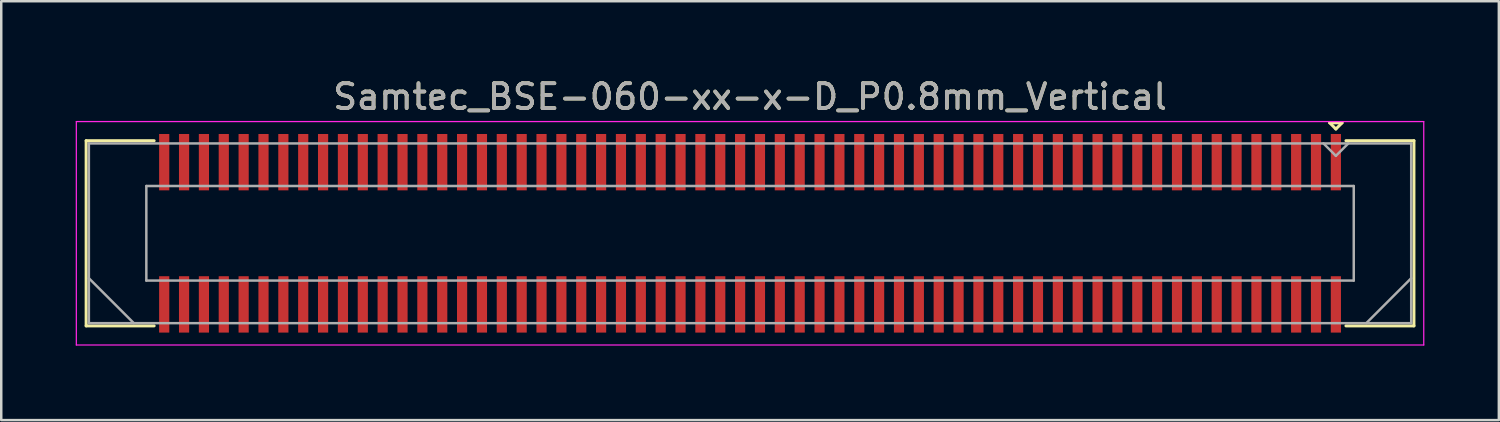
<source format=kicad_pcb>
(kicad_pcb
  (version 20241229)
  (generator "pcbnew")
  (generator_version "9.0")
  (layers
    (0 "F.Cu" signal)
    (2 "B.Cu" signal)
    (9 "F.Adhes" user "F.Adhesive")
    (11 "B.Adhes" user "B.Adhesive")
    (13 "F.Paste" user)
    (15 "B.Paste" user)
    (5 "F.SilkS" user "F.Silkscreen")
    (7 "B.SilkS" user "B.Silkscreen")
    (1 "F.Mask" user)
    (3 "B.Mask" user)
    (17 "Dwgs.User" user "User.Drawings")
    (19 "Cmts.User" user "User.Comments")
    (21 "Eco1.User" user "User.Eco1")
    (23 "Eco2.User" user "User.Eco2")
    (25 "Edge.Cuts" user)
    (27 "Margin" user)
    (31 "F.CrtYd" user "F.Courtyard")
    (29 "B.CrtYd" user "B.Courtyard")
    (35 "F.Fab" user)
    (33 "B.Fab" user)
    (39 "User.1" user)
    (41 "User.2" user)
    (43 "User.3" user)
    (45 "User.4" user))
  (footprint "Samtec_BSE-060-xx-x-D_P0.8mm_Vertical"
    (layer "F.Cu")
    (at 27.165 6.348)
    (property "Reference" "Samtec_BSE-060-xx-x-D_P0.8mm_Vertical" (at 0 -5.5 0) (layer "F.SilkS") (effects (font (size 1 1) (thickness 0.15))))
    (attr smd)
    (fp_line (start -26.745 -3.73) (end -24.005 -3.73) (stroke (width 0.12) (type solid)) (layer "F.SilkS"))
    (fp_line (start -26.745 3.73) (end -26.745 -3.73) (stroke (width 0.12) (type solid)) (layer "F.SilkS"))
    (fp_line (start -24.005 3.73) (end -26.745 3.73) (stroke (width 0.12) (type solid)) (layer "F.SilkS"))
    (fp_line (start 23.35 -4.45) (end 23.85 -4.45) (stroke (width 0.12) (type solid)) (layer "F.SilkS"))
    (fp_line (start 23.6 -4.2) (end 23.35 -4.45) (stroke (width 0.12) (type solid)) (layer "F.SilkS"))
    (fp_line (start 23.85 -4.45) (end 23.6 -4.2) (stroke (width 0.12) (type solid)) (layer "F.SilkS"))
    (fp_line (start 24.005 3.73) (end 26.745 3.73) (stroke (width 0.12) (type solid)) (layer "F.SilkS"))
    (fp_line (start 26.745 -3.73) (end 24.005 -3.73) (stroke (width 0.12) (type solid)) (layer "F.SilkS"))
    (fp_line (start 26.745 3.73) (end 26.745 -3.73) (stroke (width 0.12) (type solid)) (layer "F.SilkS"))
    (fp_line (start -27.14 -4.5) (end -27.14 4.5) (stroke (width 0.05) (type solid)) (layer "F.CrtYd"))
    (fp_line (start -27.14 4.5) (end 27.14 4.5) (stroke (width 0.05) (type solid)) (layer "F.CrtYd"))
    (fp_line (start 27.14 -4.5) (end -27.14 -4.5) (stroke (width 0.05) (type solid)) (layer "F.CrtYd"))
    (fp_line (start 27.14 4.5) (end 27.14 -4.5) (stroke (width 0.05) (type solid)) (layer "F.CrtYd"))
    (fp_line (start -26.635 -3.62) (end -26.635 3.62) (stroke (width 0.1) (type solid)) (layer "F.Fab"))
    (fp_line (start -26.635 1.81) (end -24.825 3.62) (stroke (width 0.1) (type solid)) (layer "F.Fab"))
    (fp_line (start -26.635 3.62) (end 26.635 3.62) (stroke (width 0.1) (type solid)) (layer "F.Fab"))
    (fp_line (start -24.32 -1.905) (end -24.32 1.905) (stroke (width 0.1) (type solid)) (layer "F.Fab"))
    (fp_line (start -24.32 1.905) (end 24.32 1.905) (stroke (width 0.1) (type solid)) (layer "F.Fab"))
    (fp_line (start 23.6 -3.12) (end 23.1 -3.62) (stroke (width 0.1) (type solid)) (layer "F.Fab"))
    (fp_line (start 24.1 -3.62) (end 23.6 -3.12) (stroke (width 0.1) (type solid)) (layer "F.Fab"))
    (fp_line (start 24.32 -1.905) (end -24.32 -1.905) (stroke (width 0.1) (type solid)) (layer "F.Fab"))
    (fp_line (start 24.32 1.905) (end 24.32 -1.905) (stroke (width 0.1) (type solid)) (layer "F.Fab"))
    (fp_line (start 26.635 -3.62) (end -26.635 -3.62) (stroke (width 0.1) (type solid)) (layer "F.Fab"))
    (fp_line (start 26.635 1.81) (end 24.825 3.62) (stroke (width 0.1) (type solid)) (layer "F.Fab"))
    (fp_line (start 26.635 3.62) (end 26.635 -3.62) (stroke (width 0.1) (type solid)) (layer "F.Fab"))
    (fp_text user "${REFERENCE}" (at 0 -5.5 0) (layer "F.Fab") (effects (font (size 1 1) (thickness 0.15))))
    (pad "1" smd rect (at 23.6 -2.865) (size 0.41 2.27) (layers "F.Cu" "F.Mask" "F.Paste"))
    (pad "2" smd rect (at 23.6 2.865) (size 0.41 2.27) (layers "F.Cu" "F.Mask" "F.Paste"))
    (pad "3" smd rect (at 22.8 -2.865) (size 0.41 2.27) (layers "F.Cu" "F.Mask" "F.Paste"))
    (pad "4" smd rect (at 22.8 2.865) (size 0.41 2.27) (layers "F.Cu" "F.Mask" "F.Paste"))
    (pad "5" smd rect (at 22 -2.865) (size 0.41 2.27) (layers "F.Cu" "F.Mask" "F.Paste"))
    (pad "6" smd rect (at 22 2.865) (size 0.41 2.27) (layers "F.Cu" "F.Mask" "F.Paste"))
    (pad "7" smd rect (at 21.2 -2.865) (size 0.41 2.27) (layers "F.Cu" "F.Mask" "F.Paste"))
    (pad "8" smd rect (at 21.2 2.865) (size 0.41 2.27) (layers "F.Cu" "F.Mask" "F.Paste"))
    (pad "9" smd rect (at 20.4 -2.865) (size 0.41 2.27) (layers "F.Cu" "F.Mask" "F.Paste"))
    (pad "10" smd rect (at 20.4 2.865) (size 0.41 2.27) (layers "F.Cu" "F.Mask" "F.Paste"))
    (pad "11" smd rect (at 19.6 -2.865) (size 0.41 2.27) (layers "F.Cu" "F.Mask" "F.Paste"))
    (pad "12" smd rect (at 19.6 2.865) (size 0.41 2.27) (layers "F.Cu" "F.Mask" "F.Paste"))
    (pad "13" smd rect (at 18.8 -2.865) (size 0.41 2.27) (layers "F.Cu" "F.Mask" "F.Paste"))
    (pad "14" smd rect (at 18.8 2.865) (size 0.41 2.27) (layers "F.Cu" "F.Mask" "F.Paste"))
    (pad "15" smd rect (at 18 -2.865) (size 0.41 2.27) (layers "F.Cu" "F.Mask" "F.Paste"))
    (pad "16" smd rect (at 18 2.865) (size 0.41 2.27) (layers "F.Cu" "F.Mask" "F.Paste"))
    (pad "17" smd rect (at 17.2 -2.865) (size 0.41 2.27) (layers "F.Cu" "F.Mask" "F.Paste"))
    (pad "18" smd rect (at 17.2 2.865) (size 0.41 2.27) (layers "F.Cu" "F.Mask" "F.Paste"))
    (pad "19" smd rect (at 16.4 -2.865) (size 0.41 2.27) (layers "F.Cu" "F.Mask" "F.Paste"))
    (pad "20" smd rect (at 16.4 2.865) (size 0.41 2.27) (layers "F.Cu" "F.Mask" "F.Paste"))
    (pad "21" smd rect (at 15.6 -2.865) (size 0.41 2.27) (layers "F.Cu" "F.Mask" "F.Paste"))
    (pad "22" smd rect (at 15.6 2.865) (size 0.41 2.27) (layers "F.Cu" "F.Mask" "F.Paste"))
    (pad "23" smd rect (at 14.8 -2.865) (size 0.41 2.27) (layers "F.Cu" "F.Mask" "F.Paste"))
    (pad "24" smd rect (at 14.8 2.865) (size 0.41 2.27) (layers "F.Cu" "F.Mask" "F.Paste"))
    (pad "25" smd rect (at 14 -2.865) (size 0.41 2.27) (layers "F.Cu" "F.Mask" "F.Paste"))
    (pad "26" smd rect (at 14 2.865) (size 0.41 2.27) (layers "F.Cu" "F.Mask" "F.Paste"))
    (pad "27" smd rect (at 13.2 -2.865) (size 0.41 2.27) (layers "F.Cu" "F.Mask" "F.Paste"))
    (pad "28" smd rect (at 13.2 2.865) (size 0.41 2.27) (layers "F.Cu" "F.Mask" "F.Paste"))
    (pad "29" smd rect (at 12.4 -2.865) (size 0.41 2.27) (layers "F.Cu" "F.Mask" "F.Paste"))
    (pad "30" smd rect (at 12.4 2.865) (size 0.41 2.27) (layers "F.Cu" "F.Mask" "F.Paste"))
    (pad "31" smd rect (at 11.6 -2.865) (size 0.41 2.27) (layers "F.Cu" "F.Mask" "F.Paste"))
    (pad "32" smd rect (at 11.6 2.865) (size 0.41 2.27) (layers "F.Cu" "F.Mask" "F.Paste"))
    (pad "33" smd rect (at 10.8 -2.865) (size 0.41 2.27) (layers "F.Cu" "F.Mask" "F.Paste"))
    (pad "34" smd rect (at 10.8 2.865) (size 0.41 2.27) (layers "F.Cu" "F.Mask" "F.Paste"))
    (pad "35" smd rect (at 10 -2.865) (size 0.41 2.27) (layers "F.Cu" "F.Mask" "F.Paste"))
    (pad "36" smd rect (at 10 2.865) (size 0.41 2.27) (layers "F.Cu" "F.Mask" "F.Paste"))
    (pad "37" smd rect (at 9.2 -2.865) (size 0.41 2.27) (layers "F.Cu" "F.Mask" "F.Paste"))
    (pad "38" smd rect (at 9.2 2.865) (size 0.41 2.27) (layers "F.Cu" "F.Mask" "F.Paste"))
    (pad "39" smd rect (at 8.4 -2.865) (size 0.41 2.27) (layers "F.Cu" "F.Mask" "F.Paste"))
    (pad "40" smd rect (at 8.4 2.865) (size 0.41 2.27) (layers "F.Cu" "F.Mask" "F.Paste"))
    (pad "41" smd rect (at 7.6 -2.865) (size 0.41 2.27) (layers "F.Cu" "F.Mask" "F.Paste"))
    (pad "42" smd rect (at 7.6 2.865) (size 0.41 2.27) (layers "F.Cu" "F.Mask" "F.Paste"))
    (pad "43" smd rect (at 6.8 -2.865) (size 0.41 2.27) (layers "F.Cu" "F.Mask" "F.Paste"))
    (pad "44" smd rect (at 6.8 2.865) (size 0.41 2.27) (layers "F.Cu" "F.Mask" "F.Paste"))
    (pad "45" smd rect (at 6 -2.865) (size 0.41 2.27) (layers "F.Cu" "F.Mask" "F.Paste"))
    (pad "46" smd rect (at 6 2.865) (size 0.41 2.27) (layers "F.Cu" "F.Mask" "F.Paste"))
    (pad "47" smd rect (at 5.2 -2.865) (size 0.41 2.27) (layers "F.Cu" "F.Mask" "F.Paste"))
    (pad "48" smd rect (at 5.2 2.865) (size 0.41 2.27) (layers "F.Cu" "F.Mask" "F.Paste"))
    (pad "49" smd rect (at 4.4 -2.865) (size 0.41 2.27) (layers "F.Cu" "F.Mask" "F.Paste"))
    (pad "50" smd rect (at 4.4 2.865) (size 0.41 2.27) (layers "F.Cu" "F.Mask" "F.Paste"))
    (pad "51" smd rect (at 3.6 -2.865) (size 0.41 2.27) (layers "F.Cu" "F.Mask" "F.Paste"))
    (pad "52" smd rect (at 3.6 2.865) (size 0.41 2.27) (layers "F.Cu" "F.Mask" "F.Paste"))
    (pad "53" smd rect (at 2.8 -2.865) (size 0.41 2.27) (layers "F.Cu" "F.Mask" "F.Paste"))
    (pad "54" smd rect (at 2.8 2.865) (size 0.41 2.27) (layers "F.Cu" "F.Mask" "F.Paste"))
    (pad "55" smd rect (at 2 -2.865) (size 0.41 2.27) (layers "F.Cu" "F.Mask" "F.Paste"))
    (pad "56" smd rect (at 2 2.865) (size 0.41 2.27) (layers "F.Cu" "F.Mask" "F.Paste"))
    (pad "57" smd rect (at 1.2 -2.865) (size 0.41 2.27) (layers "F.Cu" "F.Mask" "F.Paste"))
    (pad "58" smd rect (at 1.2 2.865) (size 0.41 2.27) (layers "F.Cu" "F.Mask" "F.Paste"))
    (pad "59" smd rect (at 0.4 -2.865) (size 0.41 2.27) (layers "F.Cu" "F.Mask" "F.Paste"))
    (pad "60" smd rect (at 0.4 2.865) (size 0.41 2.27) (layers "F.Cu" "F.Mask" "F.Paste"))
    (pad "61" smd rect (at -0.4 -2.865) (size 0.41 2.27) (layers "F.Cu" "F.Mask" "F.Paste"))
    (pad "62" smd rect (at -0.4 2.865) (size 0.41 2.27) (layers "F.Cu" "F.Mask" "F.Paste"))
    (pad "63" smd rect (at -1.2 -2.865) (size 0.41 2.27) (layers "F.Cu" "F.Mask" "F.Paste"))
    (pad "64" smd rect (at -1.2 2.865) (size 0.41 2.27) (layers "F.Cu" "F.Mask" "F.Paste"))
    (pad "65" smd rect (at -2 -2.865) (size 0.41 2.27) (layers "F.Cu" "F.Mask" "F.Paste"))
    (pad "66" smd rect (at -2 2.865) (size 0.41 2.27) (layers "F.Cu" "F.Mask" "F.Paste"))
    (pad "67" smd rect (at -2.8 -2.865) (size 0.41 2.27) (layers "F.Cu" "F.Mask" "F.Paste"))
    (pad "68" smd rect (at -2.8 2.865) (size 0.41 2.27) (layers "F.Cu" "F.Mask" "F.Paste"))
    (pad "69" smd rect (at -3.6 -2.865) (size 0.41 2.27) (layers "F.Cu" "F.Mask" "F.Paste"))
    (pad "70" smd rect (at -3.6 2.865) (size 0.41 2.27) (layers "F.Cu" "F.Mask" "F.Paste"))
    (pad "71" smd rect (at -4.4 -2.865) (size 0.41 2.27) (layers "F.Cu" "F.Mask" "F.Paste"))
    (pad "72" smd rect (at -4.4 2.865) (size 0.41 2.27) (layers "F.Cu" "F.Mask" "F.Paste"))
    (pad "73" smd rect (at -5.2 -2.865) (size 0.41 2.27) (layers "F.Cu" "F.Mask" "F.Paste"))
    (pad "74" smd rect (at -5.2 2.865) (size 0.41 2.27) (layers "F.Cu" "F.Mask" "F.Paste"))
    (pad "75" smd rect (at -6 -2.865) (size 0.41 2.27) (layers "F.Cu" "F.Mask" "F.Paste"))
    (pad "76" smd rect (at -6 2.865) (size 0.41 2.27) (layers "F.Cu" "F.Mask" "F.Paste"))
    (pad "77" smd rect (at -6.8 -2.865) (size 0.41 2.27) (layers "F.Cu" "F.Mask" "F.Paste"))
    (pad "78" smd rect (at -6.8 2.865) (size 0.41 2.27) (layers "F.Cu" "F.Mask" "F.Paste"))
    (pad "79" smd rect (at -7.6 -2.865) (size 0.41 2.27) (layers "F.Cu" "F.Mask" "F.Paste"))
    (pad "80" smd rect (at -7.6 2.865) (size 0.41 2.27) (layers "F.Cu" "F.Mask" "F.Paste"))
    (pad "81" smd rect (at -8.4 -2.865) (size 0.41 2.27) (layers "F.Cu" "F.Mask" "F.Paste"))
    (pad "82" smd rect (at -8.4 2.865) (size 0.41 2.27) (layers "F.Cu" "F.Mask" "F.Paste"))
    (pad "83" smd rect (at -9.2 -2.865) (size 0.41 2.27) (layers "F.Cu" "F.Mask" "F.Paste"))
    (pad "84" smd rect (at -9.2 2.865) (size 0.41 2.27) (layers "F.Cu" "F.Mask" "F.Paste"))
    (pad "85" smd rect (at -10 -2.865) (size 0.41 2.27) (layers "F.Cu" "F.Mask" "F.Paste"))
    (pad "86" smd rect (at -10 2.865) (size 0.41 2.27) (layers "F.Cu" "F.Mask" "F.Paste"))
    (pad "87" smd rect (at -10.8 -2.865) (size 0.41 2.27) (layers "F.Cu" "F.Mask" "F.Paste"))
    (pad "88" smd rect (at -10.8 2.865) (size 0.41 2.27) (layers "F.Cu" "F.Mask" "F.Paste"))
    (pad "89" smd rect (at -11.6 -2.865) (size 0.41 2.27) (layers "F.Cu" "F.Mask" "F.Paste"))
    (pad "90" smd rect (at -11.6 2.865) (size 0.41 2.27) (layers "F.Cu" "F.Mask" "F.Paste"))
    (pad "91" smd rect (at -12.4 -2.865) (size 0.41 2.27) (layers "F.Cu" "F.Mask" "F.Paste"))
    (pad "92" smd rect (at -12.4 2.865) (size 0.41 2.27) (layers "F.Cu" "F.Mask" "F.Paste"))
    (pad "93" smd rect (at -13.2 -2.865) (size 0.41 2.27) (layers "F.Cu" "F.Mask" "F.Paste"))
    (pad "94" smd rect (at -13.2 2.865) (size 0.41 2.27) (layers "F.Cu" "F.Mask" "F.Paste"))
    (pad "95" smd rect (at -14 -2.865) (size 0.41 2.27) (layers "F.Cu" "F.Mask" "F.Paste"))
    (pad "96" smd rect (at -14 2.865) (size 0.41 2.27) (layers "F.Cu" "F.Mask" "F.Paste"))
    (pad "97" smd rect (at -14.8 -2.865) (size 0.41 2.27) (layers "F.Cu" "F.Mask" "F.Paste"))
    (pad "98" smd rect (at -14.8 2.865) (size 0.41 2.27) (layers "F.Cu" "F.Mask" "F.Paste"))
    (pad "99" smd rect (at -15.6 -2.865) (size 0.41 2.27) (layers "F.Cu" "F.Mask" "F.Paste"))
    (pad "100" smd rect (at -15.6 2.865) (size 0.41 2.27) (layers "F.Cu" "F.Mask" "F.Paste"))
    (pad "101" smd rect (at -16.4 -2.865) (size 0.41 2.27) (layers "F.Cu" "F.Mask" "F.Paste"))
    (pad "102" smd rect (at -16.4 2.865) (size 0.41 2.27) (layers "F.Cu" "F.Mask" "F.Paste"))
    (pad "103" smd rect (at -17.2 -2.865) (size 0.41 2.27) (layers "F.Cu" "F.Mask" "F.Paste"))
    (pad "104" smd rect (at -17.2 2.865) (size 0.41 2.27) (layers "F.Cu" "F.Mask" "F.Paste"))
    (pad "105" smd rect (at -18 -2.865) (size 0.41 2.27) (layers "F.Cu" "F.Mask" "F.Paste"))
    (pad "106" smd rect (at -18 2.865) (size 0.41 2.27) (layers "F.Cu" "F.Mask" "F.Paste"))
    (pad "107" smd rect (at -18.8 -2.865) (size 0.41 2.27) (layers "F.Cu" "F.Mask" "F.Paste"))
    (pad "108" smd rect (at -18.8 2.865) (size 0.41 2.27) (layers "F.Cu" "F.Mask" "F.Paste"))
    (pad "109" smd rect (at -19.6 -2.865) (size 0.41 2.27) (layers "F.Cu" "F.Mask" "F.Paste"))
    (pad "110" smd rect (at -19.6 2.865) (size 0.41 2.27) (layers "F.Cu" "F.Mask" "F.Paste"))
    (pad "111" smd rect (at -20.4 -2.865) (size 0.41 2.27) (layers "F.Cu" "F.Mask" "F.Paste"))
    (pad "112" smd rect (at -20.4 2.865) (size 0.41 2.27) (layers "F.Cu" "F.Mask" "F.Paste"))
    (pad "113" smd rect (at -21.2 -2.865) (size 0.41 2.27) (layers "F.Cu" "F.Mask" "F.Paste"))
    (pad "114" smd rect (at -21.2 2.865) (size 0.41 2.27) (layers "F.Cu" "F.Mask" "F.Paste"))
    (pad "115" smd rect (at -22 -2.865) (size 0.41 2.27) (layers "F.Cu" "F.Mask" "F.Paste"))
    (pad "116" smd rect (at -22 2.865) (size 0.41 2.27) (layers "F.Cu" "F.Mask" "F.Paste"))
    (pad "117" smd rect (at -22.8 -2.865) (size 0.41 2.27) (layers "F.Cu" "F.Mask" "F.Paste"))
    (pad "118" smd rect (at -22.8 2.865) (size 0.41 2.27) (layers "F.Cu" "F.Mask" "F.Paste"))
    (pad "119" smd rect (at -23.6 -2.865) (size 0.41 2.27) (layers "F.Cu" "F.Mask" "F.Paste"))
    (pad "120" smd rect (at -23.6 2.865) (size 0.41 2.27) (layers "F.Cu" "F.Mask" "F.Paste")))
  (gr_rect
    (start -3 -3)
    (end 57.33 13.873)
    (stroke (width 0.1) (type default))
    (fill no)
    (layer "Edge.Cuts")))
</source>
